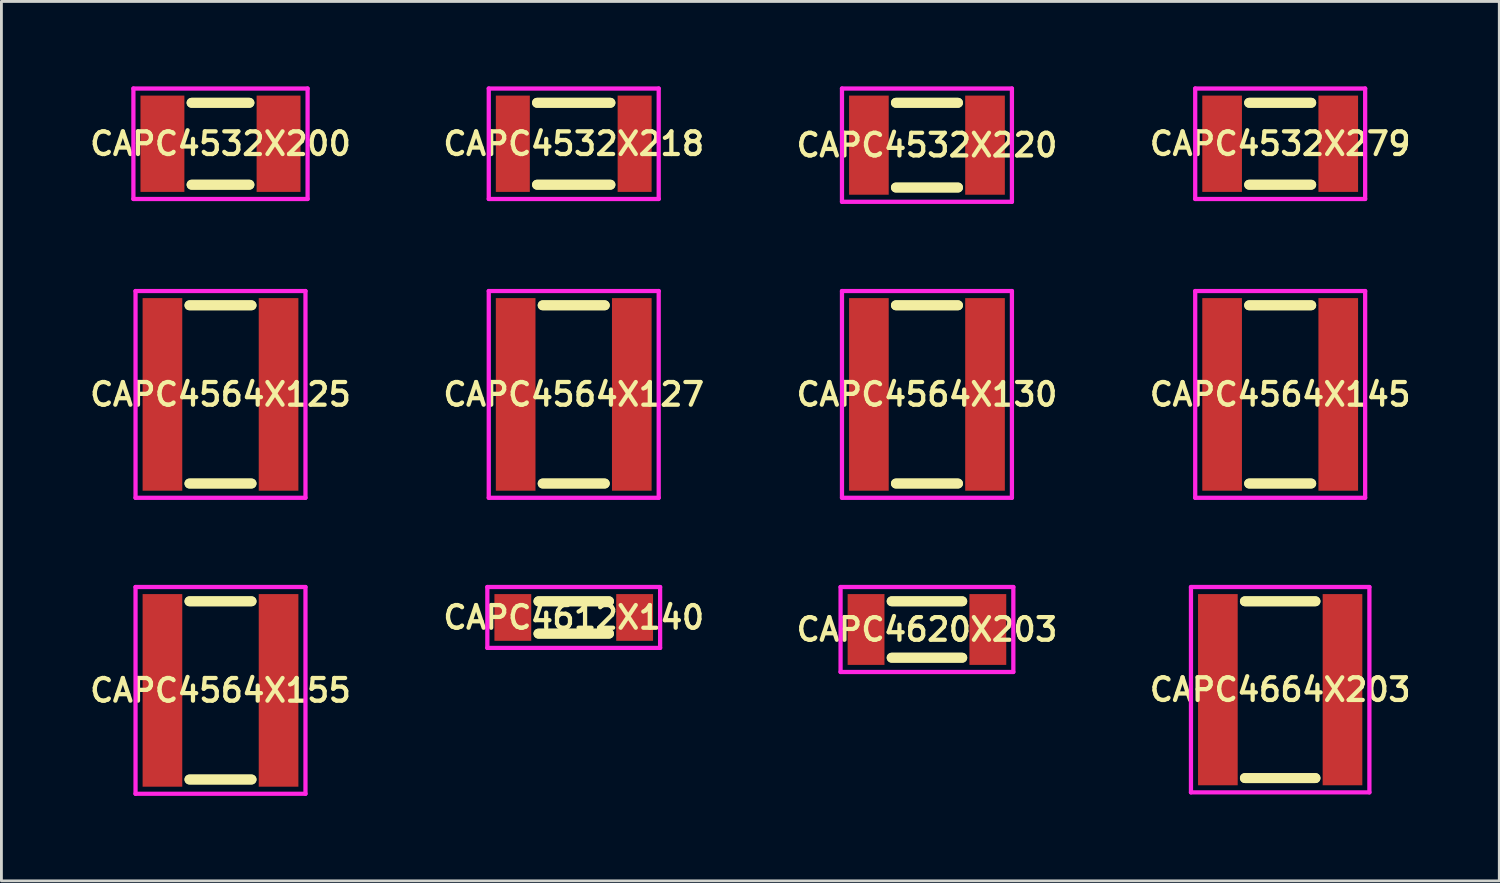
<source format=kicad_pcb>
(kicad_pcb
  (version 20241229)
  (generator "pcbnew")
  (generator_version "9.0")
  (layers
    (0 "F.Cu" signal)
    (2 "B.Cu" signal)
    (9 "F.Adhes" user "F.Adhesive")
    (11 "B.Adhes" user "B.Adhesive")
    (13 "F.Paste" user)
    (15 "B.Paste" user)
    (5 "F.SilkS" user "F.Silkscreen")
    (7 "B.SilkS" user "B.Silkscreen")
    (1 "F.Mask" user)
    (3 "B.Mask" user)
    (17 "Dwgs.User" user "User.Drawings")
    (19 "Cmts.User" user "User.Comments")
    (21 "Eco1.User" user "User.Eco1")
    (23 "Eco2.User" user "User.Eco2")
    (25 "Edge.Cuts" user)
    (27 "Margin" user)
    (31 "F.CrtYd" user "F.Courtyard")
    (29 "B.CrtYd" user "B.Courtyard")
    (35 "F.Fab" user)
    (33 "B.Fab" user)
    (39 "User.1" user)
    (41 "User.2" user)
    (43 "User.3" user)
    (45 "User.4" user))
  (footprint "CAPC4532X218"
    (layer "F.Cu")
    (at 17.206 2.025)
    (property "Reference" "CAPC4532X218" (at 0 0 0) (layer "F.SilkS") (effects (font (size 0.8 0.8) (thickness 0.15))))
    (attr smd)
    (fp_line (start -1.296 -1.446) (end 1.296 -1.446) (stroke (width 0.35) (type solid)) (layer "F.SilkS"))
    (fp_line (start -1.296 1.446) (end 1.296 1.446) (stroke (width 0.35) (type solid)) (layer "F.SilkS"))
    (fp_line (start 1.296 -1.446) (end -1.296 -1.446) (stroke (width 0.35) (type solid)) (layer "F.SilkS"))
    (fp_line (start 1.296 1.446) (end -1.296 1.446) (stroke (width 0.35) (type solid)) (layer "F.SilkS"))
    (fp_line (start -3 -1.95) (end 3 -1.95) (stroke (width 0.15) (type solid)) (layer "F.CrtYd"))
    (fp_line (start -3 1.95) (end -3 -1.95) (stroke (width 0.15) (type solid)) (layer "F.CrtYd"))
    (fp_line (start 3 -1.95) (end 3 1.95) (stroke (width 0.15) (type solid)) (layer "F.CrtYd"))
    (fp_line (start 3 1.95) (end -3 1.95) (stroke (width 0.15) (type solid)) (layer "F.CrtYd"))
    (pad "1" smd rect (at -2.15 0) (size 1.2 3.4) (layers "F.Cu" "F.Mask" "F.Paste"))
    (pad "2" smd rect (at 2.15 0) (size 1.2 3.4) (layers "F.Cu" "F.Mask" "F.Paste")))
  (footprint "CAPC4664X203"
    (layer "F.Cu")
    (at 42.148 21.3)
    (property "Reference" "CAPC4664X203" (at 0 0 0) (layer "F.SilkS") (effects (font (size 0.8 0.8) (thickness 0.15))))
    (attr smd)
    (fp_line (start -1.246 -3.121) (end 1.246 -3.121) (stroke (width 0.35) (type solid)) (layer "F.SilkS"))
    (fp_line (start -1.246 3.121) (end 1.246 3.121) (stroke (width 0.35) (type solid)) (layer "F.SilkS"))
    (fp_line (start 1.246 -3.121) (end -1.246 -3.121) (stroke (width 0.35) (type solid)) (layer "F.SilkS"))
    (fp_line (start 1.246 3.121) (end -1.246 3.121) (stroke (width 0.35) (type solid)) (layer "F.SilkS"))
    (fp_line (start -3.15 -3.625) (end 3.15 -3.625) (stroke (width 0.15) (type solid)) (layer "F.CrtYd"))
    (fp_line (start -3.15 3.625) (end -3.15 -3.625) (stroke (width 0.15) (type solid)) (layer "F.CrtYd"))
    (fp_line (start 3.15 -3.625) (end 3.15 3.625) (stroke (width 0.15) (type solid)) (layer "F.CrtYd"))
    (fp_line (start 3.15 3.625) (end -3.15 3.625) (stroke (width 0.15) (type solid)) (layer "F.CrtYd"))
    (pad "1" smd rect (at -2.2 0) (size 1.4 6.75) (layers "F.Cu" "F.Mask" "F.Paste"))
    (pad "2" smd rect (at 2.2 0) (size 1.4 6.75) (layers "F.Cu" "F.Mask" "F.Paste")))
  (footprint "CAPC4564X145"
    (layer "F.Cu")
    (at 42.148 10.875)
    (property "Reference" "CAPC4564X145" (at 0 0 0) (layer "F.SilkS") (effects (font (size 0.8 0.8) (thickness 0.15))))
    (attr smd)
    (fp_line (start -1.096 -3.146) (end 1.096 -3.146) (stroke (width 0.35) (type solid)) (layer "F.SilkS"))
    (fp_line (start -1.096 3.146) (end 1.096 3.146) (stroke (width 0.35) (type solid)) (layer "F.SilkS"))
    (fp_line (start 1.096 -3.146) (end -1.096 -3.146) (stroke (width 0.35) (type solid)) (layer "F.SilkS"))
    (fp_line (start 1.096 3.146) (end -1.096 3.146) (stroke (width 0.35) (type solid)) (layer "F.SilkS"))
    (fp_line (start -3 -3.65) (end 3 -3.65) (stroke (width 0.15) (type solid)) (layer "F.CrtYd"))
    (fp_line (start -3 3.65) (end -3 -3.65) (stroke (width 0.15) (type solid)) (layer "F.CrtYd"))
    (fp_line (start 3 -3.65) (end 3 3.65) (stroke (width 0.15) (type solid)) (layer "F.CrtYd"))
    (fp_line (start 3 3.65) (end -3 3.65) (stroke (width 0.15) (type solid)) (layer "F.CrtYd"))
    (pad "1" smd rect (at -2.05 0) (size 1.4 6.8) (layers "F.Cu" "F.Mask" "F.Paste"))
    (pad "2" smd rect (at 2.05 0) (size 1.4 6.8) (layers "F.Cu" "F.Mask" "F.Paste")))
  (footprint "CAPC4564X127"
    (layer "F.Cu")
    (at 17.206 10.875)
    (property "Reference" "CAPC4564X127" (at 0 0 0) (layer "F.SilkS") (effects (font (size 0.8 0.8) (thickness 0.15))))
    (attr smd)
    (fp_line (start -1.096 -3.146) (end 1.096 -3.146) (stroke (width 0.35) (type solid)) (layer "F.SilkS"))
    (fp_line (start -1.096 3.146) (end 1.096 3.146) (stroke (width 0.35) (type solid)) (layer "F.SilkS"))
    (fp_line (start 1.096 -3.146) (end -1.096 -3.146) (stroke (width 0.35) (type solid)) (layer "F.SilkS"))
    (fp_line (start 1.096 3.146) (end -1.096 3.146) (stroke (width 0.35) (type solid)) (layer "F.SilkS"))
    (fp_line (start -3 -3.65) (end 3 -3.65) (stroke (width 0.15) (type solid)) (layer "F.CrtYd"))
    (fp_line (start -3 3.65) (end -3 -3.65) (stroke (width 0.15) (type solid)) (layer "F.CrtYd"))
    (fp_line (start 3 -3.65) (end 3 3.65) (stroke (width 0.15) (type solid)) (layer "F.CrtYd"))
    (fp_line (start 3 3.65) (end -3 3.65) (stroke (width 0.15) (type solid)) (layer "F.CrtYd"))
    (pad "1" smd rect (at -2.05 0) (size 1.4 6.8) (layers "F.Cu" "F.Mask" "F.Paste"))
    (pad "2" smd rect (at 2.05 0) (size 1.4 6.8) (layers "F.Cu" "F.Mask" "F.Paste")))
  (footprint "CAPC4612X140"
    (layer "F.Cu")
    (at 17.206 18.75)
    (property "Reference" "CAPC4612X140" (at 0 0 0) (layer "F.SilkS") (effects (font (size 0.8 0.8) (thickness 0.15))))
    (attr smd)
    (fp_line (start -1.246 -0.571) (end 1.246 -0.571) (stroke (width 0.35) (type solid)) (layer "F.SilkS"))
    (fp_line (start -1.246 0.571) (end 1.246 0.571) (stroke (width 0.35) (type solid)) (layer "F.SilkS"))
    (fp_line (start 1.246 -0.571) (end -1.246 -0.571) (stroke (width 0.35) (type solid)) (layer "F.SilkS"))
    (fp_line (start 1.246 0.571) (end -1.246 0.571) (stroke (width 0.35) (type solid)) (layer "F.SilkS"))
    (fp_line (start -3.05 -1.075) (end 3.05 -1.075) (stroke (width 0.15) (type solid)) (layer "F.CrtYd"))
    (fp_line (start -3.05 1.075) (end -3.05 -1.075) (stroke (width 0.15) (type solid)) (layer "F.CrtYd"))
    (fp_line (start 3.05 -1.075) (end 3.05 1.075) (stroke (width 0.15) (type solid)) (layer "F.CrtYd"))
    (fp_line (start 3.05 1.075) (end -3.05 1.075) (stroke (width 0.15) (type solid)) (layer "F.CrtYd"))
    (pad "1" smd rect (at -2.15 0) (size 1.3 1.65) (layers "F.Cu" "F.Mask" "F.Paste"))
    (pad "2" smd rect (at 2.15 0) (size 1.3 1.65) (layers "F.Cu" "F.Mask" "F.Paste")))
  (footprint "CAPC4532X279"
    (layer "F.Cu")
    (at 42.148 2.025)
    (property "Reference" "CAPC4532X279" (at 0 0 0) (layer "F.SilkS") (effects (font (size 0.8 0.8) (thickness 0.15))))
    (attr smd)
    (fp_line (start -1.096 -1.446) (end 1.096 -1.446) (stroke (width 0.35) (type solid)) (layer "F.SilkS"))
    (fp_line (start -1.096 1.446) (end 1.096 1.446) (stroke (width 0.35) (type solid)) (layer "F.SilkS"))
    (fp_line (start 1.096 -1.446) (end -1.096 -1.446) (stroke (width 0.35) (type solid)) (layer "F.SilkS"))
    (fp_line (start 1.096 1.446) (end -1.096 1.446) (stroke (width 0.35) (type solid)) (layer "F.SilkS"))
    (fp_line (start -3 -1.95) (end 3 -1.95) (stroke (width 0.15) (type solid)) (layer "F.CrtYd"))
    (fp_line (start -3 1.95) (end -3 -1.95) (stroke (width 0.15) (type solid)) (layer "F.CrtYd"))
    (fp_line (start 3 -1.95) (end 3 1.95) (stroke (width 0.15) (type solid)) (layer "F.CrtYd"))
    (fp_line (start 3 1.95) (end -3 1.95) (stroke (width 0.15) (type solid)) (layer "F.CrtYd"))
    (pad "1" smd rect (at -2.05 0) (size 1.4 3.4) (layers "F.Cu" "F.Mask" "F.Paste"))
    (pad "2" smd rect (at 2.05 0) (size 1.4 3.4) (layers "F.Cu" "F.Mask" "F.Paste")))
  (footprint "CAPC4564X130"
    (layer "F.Cu")
    (at 29.677 10.875)
    (property "Reference" "CAPC4564X130" (at 0 0 0) (layer "F.SilkS") (effects (font (size 0.8 0.8) (thickness 0.15))))
    (attr smd)
    (fp_line (start -1.096 -3.146) (end 1.096 -3.146) (stroke (width 0.35) (type solid)) (layer "F.SilkS"))
    (fp_line (start -1.096 3.146) (end 1.096 3.146) (stroke (width 0.35) (type solid)) (layer "F.SilkS"))
    (fp_line (start 1.096 -3.146) (end -1.096 -3.146) (stroke (width 0.35) (type solid)) (layer "F.SilkS"))
    (fp_line (start 1.096 3.146) (end -1.096 3.146) (stroke (width 0.35) (type solid)) (layer "F.SilkS"))
    (fp_line (start -3 -3.65) (end 3 -3.65) (stroke (width 0.15) (type solid)) (layer "F.CrtYd"))
    (fp_line (start -3 3.65) (end -3 -3.65) (stroke (width 0.15) (type solid)) (layer "F.CrtYd"))
    (fp_line (start 3 -3.65) (end 3 3.65) (stroke (width 0.15) (type solid)) (layer "F.CrtYd"))
    (fp_line (start 3 3.65) (end -3 3.65) (stroke (width 0.15) (type solid)) (layer "F.CrtYd"))
    (pad "1" smd rect (at -2.05 0) (size 1.4 6.8) (layers "F.Cu" "F.Mask" "F.Paste"))
    (pad "2" smd rect (at 2.05 0) (size 1.4 6.8) (layers "F.Cu" "F.Mask" "F.Paste")))
  (footprint "CAPC4620X203"
    (layer "F.Cu")
    (at 29.677 19.175)
    (property "Reference" "CAPC4620X203" (at 0 0 0) (layer "F.SilkS") (effects (font (size 0.8 0.8) (thickness 0.15))))
    (attr smd)
    (fp_line (start -1.246 -0.996) (end 1.246 -0.996) (stroke (width 0.35) (type solid)) (layer "F.SilkS"))
    (fp_line (start -1.246 0.996) (end 1.246 0.996) (stroke (width 0.35) (type solid)) (layer "F.SilkS"))
    (fp_line (start 1.246 -0.996) (end -1.246 -0.996) (stroke (width 0.35) (type solid)) (layer "F.SilkS"))
    (fp_line (start 1.246 0.996) (end -1.246 0.996) (stroke (width 0.35) (type solid)) (layer "F.SilkS"))
    (fp_line (start -3.05 -1.5) (end 3.05 -1.5) (stroke (width 0.15) (type solid)) (layer "F.CrtYd"))
    (fp_line (start -3.05 1.5) (end -3.05 -1.5) (stroke (width 0.15) (type solid)) (layer "F.CrtYd"))
    (fp_line (start 3.05 -1.5) (end 3.05 1.5) (stroke (width 0.15) (type solid)) (layer "F.CrtYd"))
    (fp_line (start 3.05 1.5) (end -3.05 1.5) (stroke (width 0.15) (type solid)) (layer "F.CrtYd"))
    (pad "1" smd rect (at -2.15 0) (size 1.3 2.5) (layers "F.Cu" "F.Mask" "F.Paste"))
    (pad "2" smd rect (at 2.15 0) (size 1.3 2.5) (layers "F.Cu" "F.Mask" "F.Paste")))
  (footprint "CAPC4564X125"
    (layer "F.Cu")
    (at 4.735 10.875)
    (property "Reference" "CAPC4564X125" (at 0 0 0) (layer "F.SilkS") (effects (font (size 0.8 0.8) (thickness 0.15))))
    (attr smd)
    (fp_line (start -1.096 -3.146) (end 1.096 -3.146) (stroke (width 0.35) (type solid)) (layer "F.SilkS"))
    (fp_line (start -1.096 3.146) (end 1.096 3.146) (stroke (width 0.35) (type solid)) (layer "F.SilkS"))
    (fp_line (start 1.096 -3.146) (end -1.096 -3.146) (stroke (width 0.35) (type solid)) (layer "F.SilkS"))
    (fp_line (start 1.096 3.146) (end -1.096 3.146) (stroke (width 0.35) (type solid)) (layer "F.SilkS"))
    (fp_line (start -3 -3.65) (end 3 -3.65) (stroke (width 0.15) (type solid)) (layer "F.CrtYd"))
    (fp_line (start -3 3.65) (end -3 -3.65) (stroke (width 0.15) (type solid)) (layer "F.CrtYd"))
    (fp_line (start 3 -3.65) (end 3 3.65) (stroke (width 0.15) (type solid)) (layer "F.CrtYd"))
    (fp_line (start 3 3.65) (end -3 3.65) (stroke (width 0.15) (type solid)) (layer "F.CrtYd"))
    (pad "1" smd rect (at -2.05 0) (size 1.4 6.8) (layers "F.Cu" "F.Mask" "F.Paste"))
    (pad "2" smd rect (at 2.05 0) (size 1.4 6.8) (layers "F.Cu" "F.Mask" "F.Paste")))
  (footprint "CAPC4532X200"
    (layer "F.Cu")
    (at 4.735 2.025)
    (property "Reference" "CAPC4532X200" (at 0 0 0) (layer "F.SilkS") (effects (font (size 0.8 0.8) (thickness 0.15))))
    (attr smd)
    (fp_line (start -1.021 -1.446) (end 1.021 -1.446) (stroke (width 0.35) (type solid)) (layer "F.SilkS"))
    (fp_line (start -1.021 1.446) (end 1.021 1.446) (stroke (width 0.35) (type solid)) (layer "F.SilkS"))
    (fp_line (start 1.021 -1.446) (end -1.021 -1.446) (stroke (width 0.35) (type solid)) (layer "F.SilkS"))
    (fp_line (start 1.021 1.446) (end -1.021 1.446) (stroke (width 0.35) (type solid)) (layer "F.SilkS"))
    (fp_line (start -3.075 -1.95) (end 3.075 -1.95) (stroke (width 0.15) (type solid)) (layer "F.CrtYd"))
    (fp_line (start -3.075 1.95) (end -3.075 -1.95) (stroke (width 0.15) (type solid)) (layer "F.CrtYd"))
    (fp_line (start 3.075 -1.95) (end 3.075 1.95) (stroke (width 0.15) (type solid)) (layer "F.CrtYd"))
    (fp_line (start 3.075 1.95) (end -3.075 1.95) (stroke (width 0.15) (type solid)) (layer "F.CrtYd"))
    (pad "1" smd rect (at -2.05 0) (size 1.55 3.4) (layers "F.Cu" "F.Mask" "F.Paste"))
    (pad "2" smd rect (at 2.05 0) (size 1.55 3.4) (layers "F.Cu" "F.Mask" "F.Paste")))
  (footprint "CAPC4532X220"
    (layer "F.Cu")
    (at 29.677 2.075)
    (property "Reference" "CAPC4532X220" (at 0 0 0) (layer "F.SilkS") (effects (font (size 0.8 0.8) (thickness 0.15))))
    (attr smd)
    (fp_line (start -1.096 -1.496) (end 1.096 -1.496) (stroke (width 0.35) (type solid)) (layer "F.SilkS"))
    (fp_line (start -1.096 1.496) (end 1.096 1.496) (stroke (width 0.35) (type solid)) (layer "F.SilkS"))
    (fp_line (start 1.096 -1.496) (end -1.096 -1.496) (stroke (width 0.35) (type solid)) (layer "F.SilkS"))
    (fp_line (start 1.096 1.496) (end -1.096 1.496) (stroke (width 0.35) (type solid)) (layer "F.SilkS"))
    (fp_line (start -3 -2) (end 3 -2) (stroke (width 0.15) (type solid)) (layer "F.CrtYd"))
    (fp_line (start -3 2) (end -3 -2) (stroke (width 0.15) (type solid)) (layer "F.CrtYd"))
    (fp_line (start 3 -2) (end 3 2) (stroke (width 0.15) (type solid)) (layer "F.CrtYd"))
    (fp_line (start 3 2) (end -3 2) (stroke (width 0.15) (type solid)) (layer "F.CrtYd"))
    (pad "1" smd rect (at -2.05 0) (size 1.4 3.5) (layers "F.Cu" "F.Mask" "F.Paste"))
    (pad "2" smd rect (at 2.05 0) (size 1.4 3.5) (layers "F.Cu" "F.Mask" "F.Paste")))
  (footprint "CAPC4564X155"
    (layer "F.Cu")
    (at 4.735 21.325)
    (property "Reference" "CAPC4564X155" (at 0 0 0) (layer "F.SilkS") (effects (font (size 0.8 0.8) (thickness 0.15))))
    (attr smd)
    (fp_line (start -1.096 -3.146) (end 1.096 -3.146) (stroke (width 0.35) (type solid)) (layer "F.SilkS"))
    (fp_line (start -1.096 3.146) (end 1.096 3.146) (stroke (width 0.35) (type solid)) (layer "F.SilkS"))
    (fp_line (start 1.096 -3.146) (end -1.096 -3.146) (stroke (width 0.35) (type solid)) (layer "F.SilkS"))
    (fp_line (start 1.096 3.146) (end -1.096 3.146) (stroke (width 0.35) (type solid)) (layer "F.SilkS"))
    (fp_line (start -3 -3.65) (end 3 -3.65) (stroke (width 0.15) (type solid)) (layer "F.CrtYd"))
    (fp_line (start -3 3.65) (end -3 -3.65) (stroke (width 0.15) (type solid)) (layer "F.CrtYd"))
    (fp_line (start 3 -3.65) (end 3 3.65) (stroke (width 0.15) (type solid)) (layer "F.CrtYd"))
    (fp_line (start 3 3.65) (end -3 3.65) (stroke (width 0.15) (type solid)) (layer "F.CrtYd"))
    (pad "1" smd rect (at -2.05 0) (size 1.4 6.8) (layers "F.Cu" "F.Mask" "F.Paste"))
    (pad "2" smd rect (at 2.05 0) (size 1.4 6.8) (layers "F.Cu" "F.Mask" "F.Paste")))
  (gr_rect
    (start -3 -3)
    (end 49.884 28.05)
    (stroke (width 0.1) (type default))
    (fill no)
    (layer "Edge.Cuts")))
</source>
